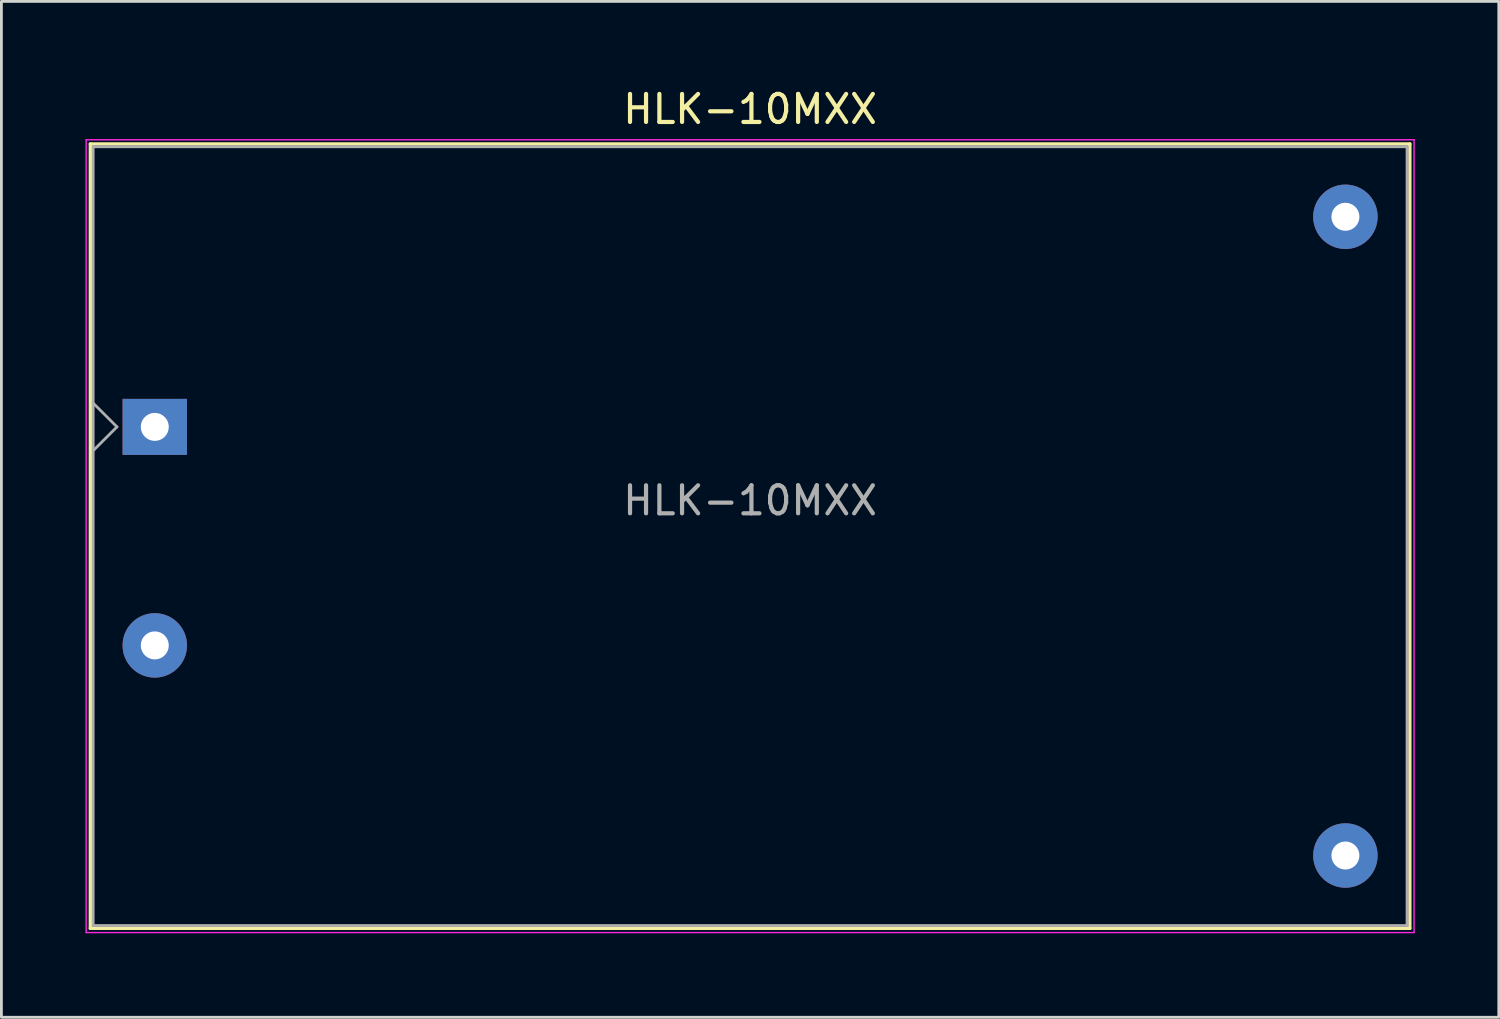
<source format=kicad_pcb>
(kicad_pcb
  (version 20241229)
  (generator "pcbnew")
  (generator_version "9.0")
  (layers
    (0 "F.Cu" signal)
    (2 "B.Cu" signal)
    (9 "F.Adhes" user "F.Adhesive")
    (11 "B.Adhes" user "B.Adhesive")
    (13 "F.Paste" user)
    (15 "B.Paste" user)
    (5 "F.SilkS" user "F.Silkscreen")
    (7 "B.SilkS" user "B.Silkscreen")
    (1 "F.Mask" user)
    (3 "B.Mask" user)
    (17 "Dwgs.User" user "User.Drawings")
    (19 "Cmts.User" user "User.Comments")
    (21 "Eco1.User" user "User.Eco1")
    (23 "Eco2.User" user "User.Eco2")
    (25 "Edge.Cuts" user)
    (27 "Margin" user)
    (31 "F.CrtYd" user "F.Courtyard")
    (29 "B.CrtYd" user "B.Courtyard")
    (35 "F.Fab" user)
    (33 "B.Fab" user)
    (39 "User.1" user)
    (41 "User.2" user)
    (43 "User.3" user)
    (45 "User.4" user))
  (footprint "HLK-10MXX"
    (layer "F.Cu")
    (at 23.725 16.088)
    (property "Reference" "HLK-10MXX" (at 0 -15.24 180) (layer "F.SilkS") (effects (font (size 1 1) (thickness 0.15))))
    (attr through_hole)
    (fp_line (start -23.55 -14) (end -23.55 14) (stroke (width 0.12) (type solid)) (layer "F.SilkS"))
    (fp_line (start -23.55 14) (end 23.55 14) (stroke (width 0.12) (type solid)) (layer "F.SilkS"))
    (fp_line (start 23.55 -14) (end -23.55 -14) (stroke (width 0.12) (type solid)) (layer "F.SilkS"))
    (fp_line (start 23.55 14) (end 23.55 -14) (stroke (width 0.12) (type solid)) (layer "F.SilkS"))
    (fp_line (start -23.7 -14.15) (end -23.7 14.15) (stroke (width 0.05) (type solid)) (layer "F.CrtYd"))
    (fp_line (start -23.7 14.15) (end 23.7 14.15) (stroke (width 0.05) (type solid)) (layer "F.CrtYd"))
    (fp_line (start 23.7 -14.15) (end -23.7 -14.15) (stroke (width 0.05) (type solid)) (layer "F.CrtYd"))
    (fp_line (start 23.7 14.15) (end 23.7 -14.15) (stroke (width 0.05) (type solid)) (layer "F.CrtYd"))
    (fp_line (start -23.45 -13.9) (end 23.45 -13.9) (stroke (width 0.1) (type solid)) (layer "F.Fab"))
    (fp_line (start -23.45 -4.75) (end -22.6 -3.9) (stroke (width 0.1) (type solid)) (layer "F.Fab"))
    (fp_line (start -23.45 13.9) (end -23.45 -13.9) (stroke (width 0.1) (type solid)) (layer "F.Fab"))
    (fp_line (start -23.45 13.9) (end 23.45 13.9) (stroke (width 0.1) (type solid)) (layer "F.Fab"))
    (fp_line (start -22.6 -3.9) (end -23.45 -3.05) (stroke (width 0.1) (type solid)) (layer "F.Fab"))
    (fp_line (start 23.45 13.9) (end 23.45 -13.9) (stroke (width 0.1) (type solid)) (layer "F.Fab"))
    (fp_text user "${REFERENCE}" (at 0 -1.27 0) (layer "F.Fab") (effects (font (size 1 1) (thickness 0.15))))
    (pad "1" thru_hole rect (at -21.25 -3.9) (size 2.3 2) (drill 1) (layers "*.Cu" "*.Mask"))
    (pad "2" thru_hole circle (at -21.25 3.9) (size 2.3 2.3) (drill 1) (layers "*.Cu" "*.Mask"))
    (pad "3" thru_hole circle (at 21.25 -11.4) (size 2.3 2.3) (drill 1) (layers "*.Cu" "*.Mask"))
    (pad "4" thru_hole circle (at 21.25 11.4) (size 2.3 2.3) (drill 1) (layers "*.Cu" "*.Mask")))
  (gr_rect
    (start -3 -3)
    (end 50.45 33.263)
    (stroke (width 0.1) (type default))
    (fill no)
    (layer "Edge.Cuts")))
</source>
